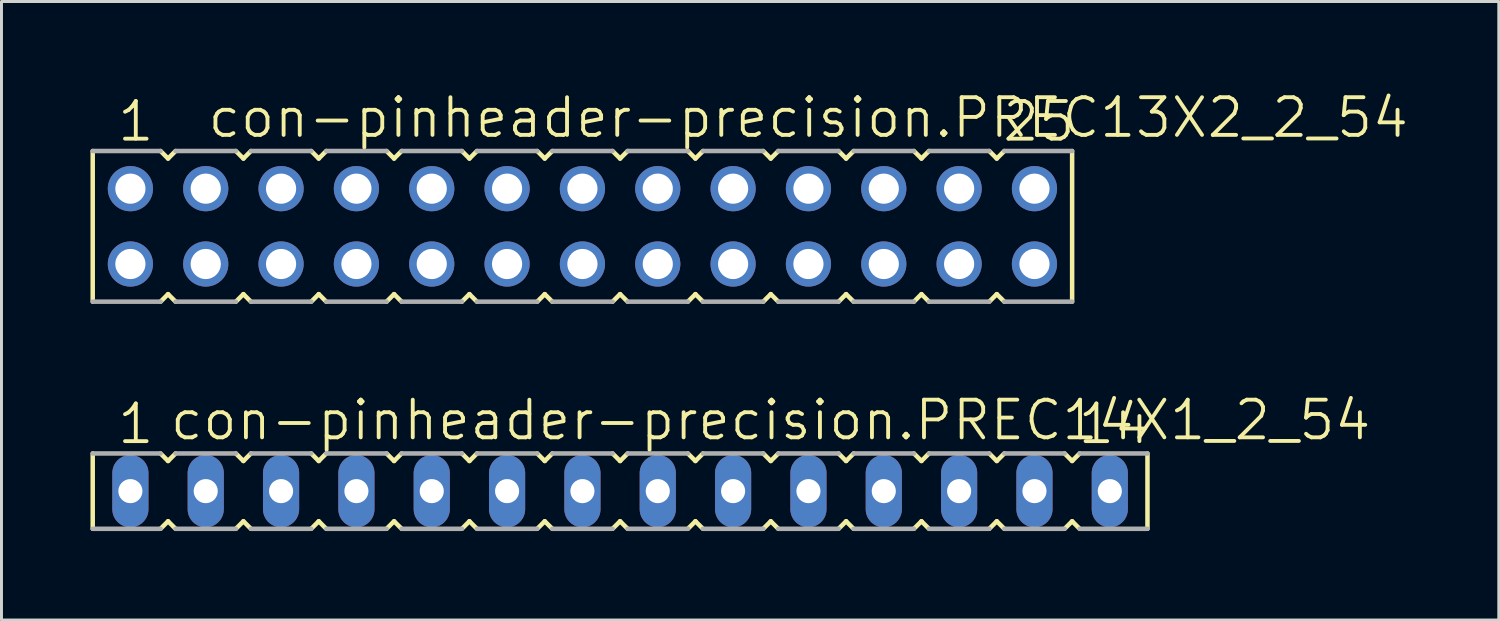
<source format=kicad_pcb>
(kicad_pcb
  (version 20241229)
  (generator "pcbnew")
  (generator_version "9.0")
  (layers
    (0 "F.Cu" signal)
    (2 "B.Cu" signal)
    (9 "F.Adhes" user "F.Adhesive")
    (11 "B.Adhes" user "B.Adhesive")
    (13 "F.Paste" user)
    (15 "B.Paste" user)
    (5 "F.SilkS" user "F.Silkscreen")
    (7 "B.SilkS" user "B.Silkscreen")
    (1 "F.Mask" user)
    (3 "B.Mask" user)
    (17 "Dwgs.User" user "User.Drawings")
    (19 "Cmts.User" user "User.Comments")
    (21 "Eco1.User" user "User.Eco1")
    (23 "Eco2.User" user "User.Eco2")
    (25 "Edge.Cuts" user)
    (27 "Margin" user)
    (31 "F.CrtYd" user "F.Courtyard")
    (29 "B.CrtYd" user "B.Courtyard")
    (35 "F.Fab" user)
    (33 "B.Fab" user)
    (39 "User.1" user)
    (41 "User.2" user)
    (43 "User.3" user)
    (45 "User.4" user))
  (footprint "con-pinheader-precision.PREC13X2_2_54"
    (layer "F.Cu")
    (at 16.586 4.581)
    (property "Reference" "con-pinheader-precision.PREC13X2_2_54" (at -12.7 -2.921 0) (layer "F.SilkS") (effects (font (size 1.27 1.27) (thickness 0.13)) (justify left bottom)))
    (attr through_hole)
    (fp_line (start -16.51 -2.54) (end -16.51 2.54) (stroke (width 0.152) (type default)) (layer "F.SilkS"))
    (fp_line (start -14.224 2.54) (end -13.97 2.286) (stroke (width 0.152) (type default)) (layer "F.SilkS"))
    (fp_line (start -13.97 -2.286) (end -14.224 -2.54) (stroke (width 0.152) (type default)) (layer "F.SilkS"))
    (fp_line (start -13.97 2.286) (end -13.716 2.54) (stroke (width 0.152) (type default)) (layer "F.SilkS"))
    (fp_line (start -13.716 -2.54) (end -13.97 -2.286) (stroke (width 0.152) (type default)) (layer "F.SilkS"))
    (fp_line (start -11.684 2.54) (end -11.43 2.286) (stroke (width 0.152) (type default)) (layer "F.SilkS"))
    (fp_line (start -11.43 -2.286) (end -11.684 -2.54) (stroke (width 0.152) (type default)) (layer "F.SilkS"))
    (fp_line (start -11.43 2.286) (end -11.176 2.54) (stroke (width 0.152) (type default)) (layer "F.SilkS"))
    (fp_line (start -11.176 -2.54) (end -11.43 -2.286) (stroke (width 0.152) (type default)) (layer "F.SilkS"))
    (fp_line (start -9.144 2.54) (end -8.89 2.286) (stroke (width 0.152) (type default)) (layer "F.SilkS"))
    (fp_line (start -8.89 -2.286) (end -9.144 -2.54) (stroke (width 0.152) (type default)) (layer "F.SilkS"))
    (fp_line (start -8.89 2.286) (end -8.636 2.54) (stroke (width 0.152) (type default)) (layer "F.SilkS"))
    (fp_line (start -8.636 -2.54) (end -8.89 -2.286) (stroke (width 0.152) (type default)) (layer "F.SilkS"))
    (fp_line (start -6.604 2.54) (end -6.35 2.286) (stroke (width 0.152) (type default)) (layer "F.SilkS"))
    (fp_line (start -6.35 -2.286) (end -6.604 -2.54) (stroke (width 0.152) (type default)) (layer "F.SilkS"))
    (fp_line (start -6.35 2.286) (end -6.096 2.54) (stroke (width 0.152) (type default)) (layer "F.SilkS"))
    (fp_line (start -6.096 -2.54) (end -6.35 -2.286) (stroke (width 0.152) (type default)) (layer "F.SilkS"))
    (fp_line (start -4.064 2.54) (end -3.81 2.286) (stroke (width 0.152) (type default)) (layer "F.SilkS"))
    (fp_line (start -3.81 -2.286) (end -4.064 -2.54) (stroke (width 0.152) (type default)) (layer "F.SilkS"))
    (fp_line (start -3.81 2.286) (end -3.556 2.54) (stroke (width 0.152) (type default)) (layer "F.SilkS"))
    (fp_line (start -3.556 -2.54) (end -3.81 -2.286) (stroke (width 0.152) (type default)) (layer "F.SilkS"))
    (fp_line (start -1.524 2.54) (end -1.27 2.286) (stroke (width 0.152) (type default)) (layer "F.SilkS"))
    (fp_line (start -1.27 -2.286) (end -1.524 -2.54) (stroke (width 0.152) (type default)) (layer "F.SilkS"))
    (fp_line (start -1.27 2.286) (end -1.016 2.54) (stroke (width 0.152) (type default)) (layer "F.SilkS"))
    (fp_line (start -1.016 -2.54) (end -1.27 -2.286) (stroke (width 0.152) (type default)) (layer "F.SilkS"))
    (fp_line (start 1.016 2.54) (end 1.27 2.286) (stroke (width 0.152) (type default)) (layer "F.SilkS"))
    (fp_line (start 1.27 -2.286) (end 1.016 -2.54) (stroke (width 0.152) (type default)) (layer "F.SilkS"))
    (fp_line (start 1.27 2.286) (end 1.524 2.54) (stroke (width 0.152) (type default)) (layer "F.SilkS"))
    (fp_line (start 1.524 -2.54) (end 1.27 -2.286) (stroke (width 0.152) (type default)) (layer "F.SilkS"))
    (fp_line (start 3.556 2.54) (end 3.81 2.286) (stroke (width 0.152) (type default)) (layer "F.SilkS"))
    (fp_line (start 3.81 -2.286) (end 3.556 -2.54) (stroke (width 0.152) (type default)) (layer "F.SilkS"))
    (fp_line (start 3.81 2.286) (end 4.064 2.54) (stroke (width 0.152) (type default)) (layer "F.SilkS"))
    (fp_line (start 4.064 -2.54) (end 3.81 -2.286) (stroke (width 0.152) (type default)) (layer "F.SilkS"))
    (fp_line (start 6.096 2.54) (end 6.35 2.286) (stroke (width 0.152) (type default)) (layer "F.SilkS"))
    (fp_line (start 6.35 -2.286) (end 6.096 -2.54) (stroke (width 0.152) (type default)) (layer "F.SilkS"))
    (fp_line (start 6.35 2.286) (end 6.604 2.54) (stroke (width 0.152) (type default)) (layer "F.SilkS"))
    (fp_line (start 6.604 -2.54) (end 6.35 -2.286) (stroke (width 0.152) (type default)) (layer "F.SilkS"))
    (fp_line (start 8.636 2.54) (end 8.89 2.286) (stroke (width 0.152) (type default)) (layer "F.SilkS"))
    (fp_line (start 8.89 -2.286) (end 8.636 -2.54) (stroke (width 0.152) (type default)) (layer "F.SilkS"))
    (fp_line (start 8.89 2.286) (end 9.144 2.54) (stroke (width 0.152) (type default)) (layer "F.SilkS"))
    (fp_line (start 9.144 -2.54) (end 8.89 -2.286) (stroke (width 0.152) (type default)) (layer "F.SilkS"))
    (fp_line (start 11.176 2.54) (end 11.43 2.286) (stroke (width 0.152) (type default)) (layer "F.SilkS"))
    (fp_line (start 11.43 -2.286) (end 11.176 -2.54) (stroke (width 0.152) (type default)) (layer "F.SilkS"))
    (fp_line (start 11.43 2.286) (end 11.684 2.54) (stroke (width 0.152) (type default)) (layer "F.SilkS"))
    (fp_line (start 11.684 -2.54) (end 11.43 -2.286) (stroke (width 0.152) (type default)) (layer "F.SilkS"))
    (fp_line (start 13.716 2.54) (end 13.97 2.286) (stroke (width 0.152) (type default)) (layer "F.SilkS"))
    (fp_line (start 13.97 -2.286) (end 13.716 -2.54) (stroke (width 0.152) (type default)) (layer "F.SilkS"))
    (fp_line (start 13.97 2.286) (end 14.224 2.54) (stroke (width 0.152) (type default)) (layer "F.SilkS"))
    (fp_line (start 14.224 -2.54) (end 13.97 -2.286) (stroke (width 0.152) (type default)) (layer "F.SilkS"))
    (fp_line (start 16.51 2.54) (end 16.51 -2.54) (stroke (width 0.152) (type default)) (layer "F.SilkS"))
    (fp_line (start -16.51 2.54) (end -14.224 2.54) (stroke (width 0.152) (type default)) (layer "F.Fab"))
    (fp_line (start -14.224 -2.54) (end -16.51 -2.54) (stroke (width 0.152) (type default)) (layer "F.Fab"))
    (fp_line (start -13.716 2.54) (end -11.684 2.54) (stroke (width 0.152) (type default)) (layer "F.Fab"))
    (fp_line (start -11.684 -2.54) (end -13.716 -2.54) (stroke (width 0.152) (type default)) (layer "F.Fab"))
    (fp_line (start -11.176 2.54) (end -9.144 2.54) (stroke (width 0.152) (type default)) (layer "F.Fab"))
    (fp_line (start -9.144 -2.54) (end -11.176 -2.54) (stroke (width 0.152) (type default)) (layer "F.Fab"))
    (fp_line (start -8.636 2.54) (end -6.604 2.54) (stroke (width 0.152) (type default)) (layer "F.Fab"))
    (fp_line (start -6.604 -2.54) (end -8.636 -2.54) (stroke (width 0.152) (type default)) (layer "F.Fab"))
    (fp_line (start -6.096 2.54) (end -4.064 2.54) (stroke (width 0.152) (type default)) (layer "F.Fab"))
    (fp_line (start -4.064 -2.54) (end -6.096 -2.54) (stroke (width 0.152) (type default)) (layer "F.Fab"))
    (fp_line (start -3.556 2.54) (end -1.524 2.54) (stroke (width 0.152) (type default)) (layer "F.Fab"))
    (fp_line (start -1.524 -2.54) (end -3.556 -2.54) (stroke (width 0.152) (type default)) (layer "F.Fab"))
    (fp_line (start -1.016 2.54) (end 1.016 2.54) (stroke (width 0.152) (type default)) (layer "F.Fab"))
    (fp_line (start 1.016 -2.54) (end -1.016 -2.54) (stroke (width 0.152) (type default)) (layer "F.Fab"))
    (fp_line (start 1.524 2.54) (end 3.556 2.54) (stroke (width 0.152) (type default)) (layer "F.Fab"))
    (fp_line (start 3.556 -2.54) (end 1.524 -2.54) (stroke (width 0.152) (type default)) (layer "F.Fab"))
    (fp_line (start 4.064 2.54) (end 6.096 2.54) (stroke (width 0.152) (type default)) (layer "F.Fab"))
    (fp_line (start 6.096 -2.54) (end 4.064 -2.54) (stroke (width 0.152) (type default)) (layer "F.Fab"))
    (fp_line (start 6.604 2.54) (end 8.636 2.54) (stroke (width 0.152) (type default)) (layer "F.Fab"))
    (fp_line (start 8.636 -2.54) (end 6.604 -2.54) (stroke (width 0.152) (type default)) (layer "F.Fab"))
    (fp_line (start 9.144 2.54) (end 11.176 2.54) (stroke (width 0.152) (type default)) (layer "F.Fab"))
    (fp_line (start 11.176 -2.54) (end 9.144 -2.54) (stroke (width 0.152) (type default)) (layer "F.Fab"))
    (fp_line (start 11.684 2.54) (end 13.716 2.54) (stroke (width 0.152) (type default)) (layer "F.Fab"))
    (fp_line (start 13.716 -2.54) (end 11.684 -2.54) (stroke (width 0.152) (type default)) (layer "F.Fab"))
    (fp_line (start 14.224 2.54) (end 16.51 2.54) (stroke (width 0.152) (type default)) (layer "F.Fab"))
    (fp_line (start 16.51 -2.54) (end 14.224 -2.54) (stroke (width 0.152) (type default)) (layer "F.Fab"))
    (fp_text user "1" (at -15.748 -2.794 0) (layer "F.SilkS") (effects (font (size 1.27 1.27) (thickness 0.13)) (justify left bottom)))
    (fp_text user "25" (at 14.097 -2.794 0) (layer "F.SilkS") (effects (font (size 1.27 1.27) (thickness 0.13)) (justify left bottom)))
    (pad "1" thru_hole circle (at -15.24 -1.27 180) (size 1.524 1.524) (drill 1.016) (layers "*.Cu" "*.Mask"))
    (pad "2" thru_hole circle (at -15.24 1.27 180) (size 1.524 1.524) (drill 1.016) (layers "*.Cu" "*.Mask"))
    (pad "3" thru_hole circle (at -12.7 -1.27 180) (size 1.524 1.524) (drill 1.016) (layers "*.Cu" "*.Mask"))
    (pad "4" thru_hole circle (at -12.7 1.27 180) (size 1.524 1.524) (drill 1.016) (layers "*.Cu" "*.Mask"))
    (pad "5" thru_hole circle (at -10.16 -1.27 180) (size 1.524 1.524) (drill 1.016) (layers "*.Cu" "*.Mask"))
    (pad "6" thru_hole circle (at -10.16 1.27 180) (size 1.524 1.524) (drill 1.016) (layers "*.Cu" "*.Mask"))
    (pad "7" thru_hole circle (at -7.62 -1.27 180) (size 1.524 1.524) (drill 1.016) (layers "*.Cu" "*.Mask"))
    (pad "8" thru_hole circle (at -7.62 1.27 180) (size 1.524 1.524) (drill 1.016) (layers "*.Cu" "*.Mask"))
    (pad "9" thru_hole circle (at -5.08 -1.27 180) (size 1.524 1.524) (drill 1.016) (layers "*.Cu" "*.Mask"))
    (pad "10" thru_hole circle (at -5.08 1.27 180) (size 1.524 1.524) (drill 1.016) (layers "*.Cu" "*.Mask"))
    (pad "11" thru_hole circle (at -2.54 -1.27 180) (size 1.524 1.524) (drill 1.016) (layers "*.Cu" "*.Mask"))
    (pad "12" thru_hole circle (at -2.54 1.27 180) (size 1.524 1.524) (drill 1.016) (layers "*.Cu" "*.Mask"))
    (pad "13" thru_hole circle (at 0 -1.27 180) (size 1.524 1.524) (drill 1.016) (layers "*.Cu" "*.Mask"))
    (pad "14" thru_hole circle (at 0 1.27 180) (size 1.524 1.524) (drill 1.016) (layers "*.Cu" "*.Mask"))
    (pad "15" thru_hole circle (at 2.54 -1.27 180) (size 1.524 1.524) (drill 1.016) (layers "*.Cu" "*.Mask"))
    (pad "16" thru_hole circle (at 2.54 1.27 180) (size 1.524 1.524) (drill 1.016) (layers "*.Cu" "*.Mask"))
    (pad "17" thru_hole circle (at 5.08 -1.27 180) (size 1.524 1.524) (drill 1.016) (layers "*.Cu" "*.Mask"))
    (pad "18" thru_hole circle (at 5.08 1.27 180) (size 1.524 1.524) (drill 1.016) (layers "*.Cu" "*.Mask"))
    (pad "19" thru_hole circle (at 7.62 -1.27 180) (size 1.524 1.524) (drill 1.016) (layers "*.Cu" "*.Mask"))
    (pad "20" thru_hole circle (at 7.62 1.27 180) (size 1.524 1.524) (drill 1.016) (layers "*.Cu" "*.Mask"))
    (pad "21" thru_hole circle (at 10.16 -1.27 180) (size 1.524 1.524) (drill 1.016) (layers "*.Cu" "*.Mask"))
    (pad "22" thru_hole circle (at 10.16 1.27 180) (size 1.524 1.524) (drill 1.016) (layers "*.Cu" "*.Mask"))
    (pad "23" thru_hole circle (at 12.7 -1.27 180) (size 1.524 1.524) (drill 1.016) (layers "*.Cu" "*.Mask"))
    (pad "24" thru_hole circle (at 12.7 1.27 180) (size 1.524 1.524) (drill 1.016) (layers "*.Cu" "*.Mask"))
    (pad "25" thru_hole circle (at 15.24 -1.27 180) (size 1.524 1.524) (drill 1.016) (layers "*.Cu" "*.Mask"))
    (pad "26" thru_hole circle (at 15.24 1.27 180) (size 1.524 1.524) (drill 1.016) (layers "*.Cu" "*.Mask")))
  (footprint "con-pinheader-precision.PREC14X1_2_54"
    (layer "F.Cu")
    (at 17.856 13.508)
    (property "Reference" "con-pinheader-precision.PREC14X1_2_54" (at -15.24 -1.651 0) (layer "F.SilkS") (effects (font (size 1.27 1.27) (thickness 0.13)) (justify left bottom)))
    (attr through_hole)
    (fp_line (start -17.78 -1.27) (end -17.78 1.27) (stroke (width 0.152) (type default)) (layer "F.SilkS"))
    (fp_line (start -15.494 1.27) (end -15.24 1.016) (stroke (width 0.152) (type default)) (layer "F.SilkS"))
    (fp_line (start -15.24 -1.016) (end -15.494 -1.27) (stroke (width 0.152) (type default)) (layer "F.SilkS"))
    (fp_line (start -15.24 1.016) (end -14.986 1.27) (stroke (width 0.152) (type default)) (layer "F.SilkS"))
    (fp_line (start -14.986 -1.27) (end -15.24 -1.016) (stroke (width 0.152) (type default)) (layer "F.SilkS"))
    (fp_line (start -12.954 1.27) (end -12.7 1.016) (stroke (width 0.152) (type default)) (layer "F.SilkS"))
    (fp_line (start -12.7 -1.016) (end -12.954 -1.27) (stroke (width 0.152) (type default)) (layer "F.SilkS"))
    (fp_line (start -12.7 1.016) (end -12.446 1.27) (stroke (width 0.152) (type default)) (layer "F.SilkS"))
    (fp_line (start -12.446 -1.27) (end -12.7 -1.016) (stroke (width 0.152) (type default)) (layer "F.SilkS"))
    (fp_line (start -10.414 1.27) (end -10.16 1.016) (stroke (width 0.152) (type default)) (layer "F.SilkS"))
    (fp_line (start -10.16 -1.016) (end -10.414 -1.27) (stroke (width 0.152) (type default)) (layer "F.SilkS"))
    (fp_line (start -10.16 1.016) (end -9.906 1.27) (stroke (width 0.152) (type default)) (layer "F.SilkS"))
    (fp_line (start -9.906 -1.27) (end -10.16 -1.016) (stroke (width 0.152) (type default)) (layer "F.SilkS"))
    (fp_line (start -7.874 1.27) (end -7.62 1.016) (stroke (width 0.152) (type default)) (layer "F.SilkS"))
    (fp_line (start -7.62 -1.016) (end -7.874 -1.27) (stroke (width 0.152) (type default)) (layer "F.SilkS"))
    (fp_line (start -7.62 1.016) (end -7.366 1.27) (stroke (width 0.152) (type default)) (layer "F.SilkS"))
    (fp_line (start -7.366 -1.27) (end -7.62 -1.016) (stroke (width 0.152) (type default)) (layer "F.SilkS"))
    (fp_line (start -5.334 1.27) (end -5.08 1.016) (stroke (width 0.152) (type default)) (layer "F.SilkS"))
    (fp_line (start -5.08 -1.016) (end -5.334 -1.27) (stroke (width 0.152) (type default)) (layer "F.SilkS"))
    (fp_line (start -5.08 1.016) (end -4.826 1.27) (stroke (width 0.152) (type default)) (layer "F.SilkS"))
    (fp_line (start -4.826 -1.27) (end -5.08 -1.016) (stroke (width 0.152) (type default)) (layer "F.SilkS"))
    (fp_line (start -2.794 1.27) (end -2.54 1.016) (stroke (width 0.152) (type default)) (layer "F.SilkS"))
    (fp_line (start -2.54 -1.016) (end -2.794 -1.27) (stroke (width 0.152) (type default)) (layer "F.SilkS"))
    (fp_line (start -2.54 1.016) (end -2.286 1.27) (stroke (width 0.152) (type default)) (layer "F.SilkS"))
    (fp_line (start -2.286 -1.27) (end -2.54 -1.016) (stroke (width 0.152) (type default)) (layer "F.SilkS"))
    (fp_line (start -0.254 1.27) (end 0 1.016) (stroke (width 0.152) (type default)) (layer "F.SilkS"))
    (fp_line (start 0 -1.016) (end -0.254 -1.27) (stroke (width 0.152) (type default)) (layer "F.SilkS"))
    (fp_line (start 0 1.016) (end 0.254 1.27) (stroke (width 0.152) (type default)) (layer "F.SilkS"))
    (fp_line (start 0.254 -1.27) (end 0 -1.016) (stroke (width 0.152) (type default)) (layer "F.SilkS"))
    (fp_line (start 2.286 1.27) (end 2.54 1.016) (stroke (width 0.152) (type default)) (layer "F.SilkS"))
    (fp_line (start 2.54 -1.016) (end 2.286 -1.27) (stroke (width 0.152) (type default)) (layer "F.SilkS"))
    (fp_line (start 2.54 1.016) (end 2.794 1.27) (stroke (width 0.152) (type default)) (layer "F.SilkS"))
    (fp_line (start 2.794 -1.27) (end 2.54 -1.016) (stroke (width 0.152) (type default)) (layer "F.SilkS"))
    (fp_line (start 4.826 1.27) (end 5.08 1.016) (stroke (width 0.152) (type default)) (layer "F.SilkS"))
    (fp_line (start 5.08 -1.016) (end 4.826 -1.27) (stroke (width 0.152) (type default)) (layer "F.SilkS"))
    (fp_line (start 5.08 1.016) (end 5.334 1.27) (stroke (width 0.152) (type default)) (layer "F.SilkS"))
    (fp_line (start 5.334 -1.27) (end 5.08 -1.016) (stroke (width 0.152) (type default)) (layer "F.SilkS"))
    (fp_line (start 7.366 1.27) (end 7.62 1.016) (stroke (width 0.152) (type default)) (layer "F.SilkS"))
    (fp_line (start 7.62 -1.016) (end 7.366 -1.27) (stroke (width 0.152) (type default)) (layer "F.SilkS"))
    (fp_line (start 7.62 1.016) (end 7.874 1.27) (stroke (width 0.152) (type default)) (layer "F.SilkS"))
    (fp_line (start 7.874 -1.27) (end 7.62 -1.016) (stroke (width 0.152) (type default)) (layer "F.SilkS"))
    (fp_line (start 9.906 1.27) (end 10.16 1.016) (stroke (width 0.152) (type default)) (layer "F.SilkS"))
    (fp_line (start 10.16 -1.016) (end 9.906 -1.27) (stroke (width 0.152) (type default)) (layer "F.SilkS"))
    (fp_line (start 10.16 1.016) (end 10.414 1.27) (stroke (width 0.152) (type default)) (layer "F.SilkS"))
    (fp_line (start 10.414 -1.27) (end 10.16 -1.016) (stroke (width 0.152) (type default)) (layer "F.SilkS"))
    (fp_line (start 12.446 1.27) (end 12.7 1.016) (stroke (width 0.152) (type default)) (layer "F.SilkS"))
    (fp_line (start 12.7 -1.016) (end 12.446 -1.27) (stroke (width 0.152) (type default)) (layer "F.SilkS"))
    (fp_line (start 12.7 1.016) (end 12.954 1.27) (stroke (width 0.152) (type default)) (layer "F.SilkS"))
    (fp_line (start 12.954 -1.27) (end 12.7 -1.016) (stroke (width 0.152) (type default)) (layer "F.SilkS"))
    (fp_line (start 14.986 1.27) (end 15.24 1.016) (stroke (width 0.152) (type default)) (layer "F.SilkS"))
    (fp_line (start 15.24 -1.016) (end 14.986 -1.27) (stroke (width 0.152) (type default)) (layer "F.SilkS"))
    (fp_line (start 15.24 1.016) (end 15.494 1.27) (stroke (width 0.152) (type default)) (layer "F.SilkS"))
    (fp_line (start 15.494 -1.27) (end 15.24 -1.016) (stroke (width 0.152) (type default)) (layer "F.SilkS"))
    (fp_line (start 17.78 -1.27) (end 17.78 1.27) (stroke (width 0.152) (type default)) (layer "F.SilkS"))
    (fp_line (start -17.78 1.27) (end -15.494 1.27) (stroke (width 0.152) (type default)) (layer "F.Fab"))
    (fp_line (start -15.494 -1.27) (end -17.78 -1.27) (stroke (width 0.152) (type default)) (layer "F.Fab"))
    (fp_line (start -14.986 1.27) (end -12.954 1.27) (stroke (width 0.152) (type default)) (layer "F.Fab"))
    (fp_line (start -12.954 -1.27) (end -14.986 -1.27) (stroke (width 0.152) (type default)) (layer "F.Fab"))
    (fp_line (start -12.446 1.27) (end -10.414 1.27) (stroke (width 0.152) (type default)) (layer "F.Fab"))
    (fp_line (start -10.414 -1.27) (end -12.446 -1.27) (stroke (width 0.152) (type default)) (layer "F.Fab"))
    (fp_line (start -9.906 1.27) (end -7.874 1.27) (stroke (width 0.152) (type default)) (layer "F.Fab"))
    (fp_line (start -7.874 -1.27) (end -9.906 -1.27) (stroke (width 0.152) (type default)) (layer "F.Fab"))
    (fp_line (start -7.366 1.27) (end -5.334 1.27) (stroke (width 0.152) (type default)) (layer "F.Fab"))
    (fp_line (start -5.334 -1.27) (end -7.366 -1.27) (stroke (width 0.152) (type default)) (layer "F.Fab"))
    (fp_line (start -4.826 1.27) (end -2.794 1.27) (stroke (width 0.152) (type default)) (layer "F.Fab"))
    (fp_line (start -2.794 -1.27) (end -4.826 -1.27) (stroke (width 0.152) (type default)) (layer "F.Fab"))
    (fp_line (start -2.286 1.27) (end -0.254 1.27) (stroke (width 0.152) (type default)) (layer "F.Fab"))
    (fp_line (start -0.254 -1.27) (end -2.286 -1.27) (stroke (width 0.152) (type default)) (layer "F.Fab"))
    (fp_line (start 0.254 1.27) (end 2.286 1.27) (stroke (width 0.152) (type default)) (layer "F.Fab"))
    (fp_line (start 2.286 -1.27) (end 0.254 -1.27) (stroke (width 0.152) (type default)) (layer "F.Fab"))
    (fp_line (start 2.794 1.27) (end 4.826 1.27) (stroke (width 0.152) (type default)) (layer "F.Fab"))
    (fp_line (start 4.826 -1.27) (end 2.794 -1.27) (stroke (width 0.152) (type default)) (layer "F.Fab"))
    (fp_line (start 5.334 1.27) (end 7.366 1.27) (stroke (width 0.152) (type default)) (layer "F.Fab"))
    (fp_line (start 7.366 -1.27) (end 5.334 -1.27) (stroke (width 0.152) (type default)) (layer "F.Fab"))
    (fp_line (start 7.874 1.27) (end 9.906 1.27) (stroke (width 0.152) (type default)) (layer "F.Fab"))
    (fp_line (start 9.906 -1.27) (end 7.874 -1.27) (stroke (width 0.152) (type default)) (layer "F.Fab"))
    (fp_line (start 10.414 1.27) (end 12.446 1.27) (stroke (width 0.152) (type default)) (layer "F.Fab"))
    (fp_line (start 12.446 -1.27) (end 10.414 -1.27) (stroke (width 0.152) (type default)) (layer "F.Fab"))
    (fp_line (start 12.954 1.27) (end 14.986 1.27) (stroke (width 0.152) (type default)) (layer "F.Fab"))
    (fp_line (start 14.986 -1.27) (end 12.954 -1.27) (stroke (width 0.152) (type default)) (layer "F.Fab"))
    (fp_line (start 15.494 1.27) (end 17.78 1.27) (stroke (width 0.152) (type default)) (layer "F.Fab"))
    (fp_line (start 17.78 -1.27) (end 15.494 -1.27) (stroke (width 0.152) (type default)) (layer "F.Fab"))
    (fp_text user "1" (at -17.018 -1.524 0) (layer "F.SilkS") (effects (font (size 1.27 1.27) (thickness 0.13)) (justify left bottom)))
    (fp_text user "14" (at 15.367 -1.524 0) (layer "F.SilkS") (effects (font (size 1.27 1.27) (thickness 0.13)) (justify left bottom)))
    (pad "1" thru_hole oval (at -16.51 0 90) (size 2.438 1.219) (drill 0.813) (layers "*.Cu" "*.Mask"))
    (pad "2" thru_hole oval (at -13.97 0 90) (size 2.438 1.219) (drill 0.813) (layers "*.Cu" "*.Mask"))
    (pad "3" thru_hole oval (at -11.43 0 90) (size 2.438 1.219) (drill 0.813) (layers "*.Cu" "*.Mask"))
    (pad "4" thru_hole oval (at -8.89 0 90) (size 2.438 1.219) (drill 0.813) (layers "*.Cu" "*.Mask"))
    (pad "5" thru_hole oval (at -6.35 0 90) (size 2.438 1.219) (drill 0.813) (layers "*.Cu" "*.Mask"))
    (pad "6" thru_hole oval (at -3.81 0 90) (size 2.438 1.219) (drill 0.813) (layers "*.Cu" "*.Mask"))
    (pad "7" thru_hole oval (at -1.27 0 90) (size 2.438 1.219) (drill 0.813) (layers "*.Cu" "*.Mask"))
    (pad "8" thru_hole oval (at 1.27 0 90) (size 2.438 1.219) (drill 0.813) (layers "*.Cu" "*.Mask"))
    (pad "9" thru_hole oval (at 3.81 0 90) (size 2.438 1.219) (drill 0.813) (layers "*.Cu" "*.Mask"))
    (pad "10" thru_hole oval (at 6.35 0 90) (size 2.438 1.219) (drill 0.813) (layers "*.Cu" "*.Mask"))
    (pad "11" thru_hole oval (at 8.89 0 90) (size 2.438 1.219) (drill 0.813) (layers "*.Cu" "*.Mask"))
    (pad "12" thru_hole oval (at 11.43 0 90) (size 2.438 1.219) (drill 0.813) (layers "*.Cu" "*.Mask"))
    (pad "13" thru_hole oval (at 13.97 0 90) (size 2.438 1.219) (drill 0.813) (layers "*.Cu" "*.Mask"))
    (pad "14" thru_hole oval (at 16.51 0 90) (size 2.438 1.219) (drill 0.813) (layers "*.Cu" "*.Mask")))
  (gr_rect
    (start -3 -3)
    (end 47.481 17.854)
    (stroke (width 0.1) (type default))
    (fill no)
    (layer "Edge.Cuts")))
</source>
